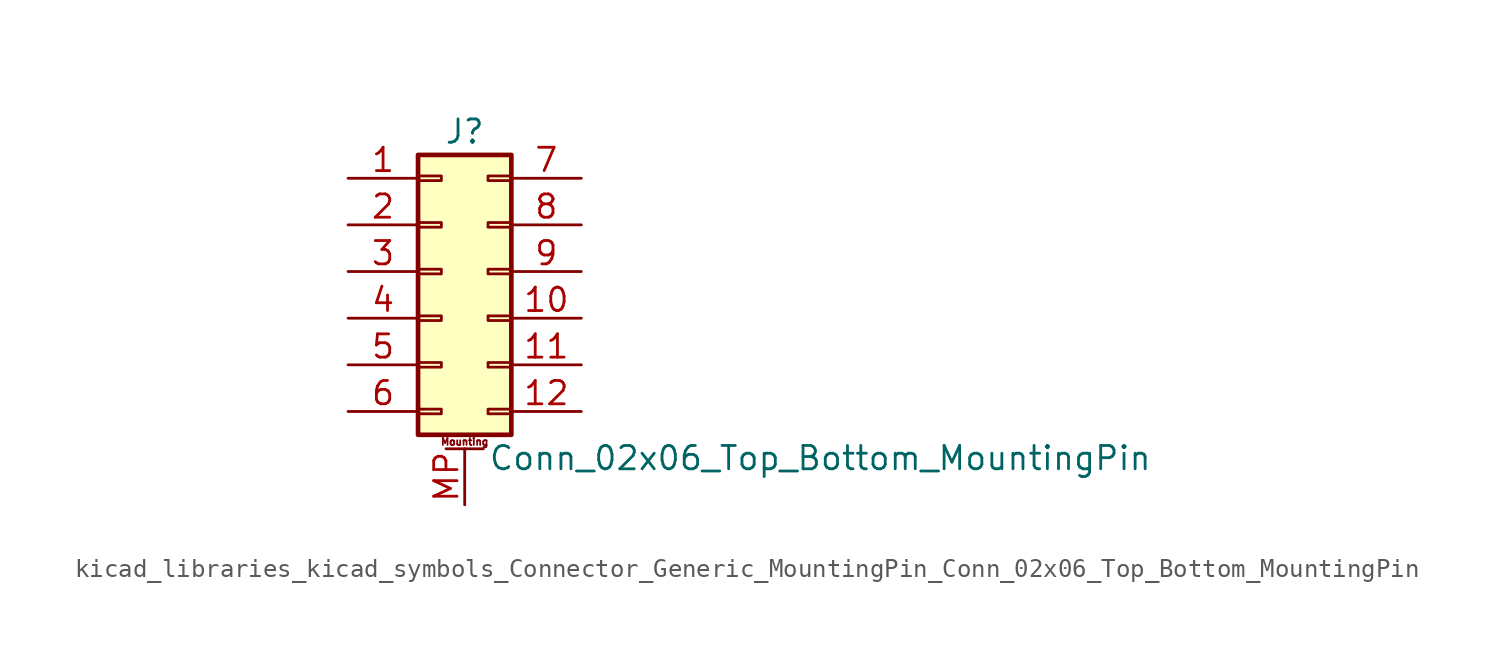
<source format=kicad_sym>
(kicad_symbol_lib
  (version 20220914)
  (generator kicad_symbol_editor)
  (symbol "kicad_libraries_kicad_symbols_Connector_Generic_MountingPin_Conn_02x06_Top_Bottom_MountingPin"
    (pin_names
      (offset 1.016) hide)
    (property "Reference" "J"
      (at 1.27 7.62 0)
      (effects (font (size 1.27 1.27))))
    (property "Value" "Conn_02x06_Top_Bottom_MountingPin"
      (at 2.54 -10.16 0)
      (effects (font (size 1.27 1.27)) (justify left)))
    (symbol "kicad_libraries_kicad_symbols_Connector_Generic_MountingPin_Conn_02x06_Top_Bottom_MountingPin_1_1"
      (rectangle (start -1.27 -7.493) (end 0 -7.747) (stroke (width 0.152) (type default)) (fill (type none)))
      (rectangle (start -1.27 -4.953) (end 0 -5.207) (stroke (width 0.152) (type default)) (fill (type none)))
      (rectangle (start -1.27 -2.413) (end 0 -2.667) (stroke (width 0.152) (type default)) (fill (type none)))
      (rectangle (start -1.27 0.127) (end 0 -0.127) (stroke (width 0.152) (type default)) (fill (type none)))
      (rectangle (start -1.27 2.667) (end 0 2.413) (stroke (width 0.152) (type default)) (fill (type none)))
      (rectangle (start -1.27 5.207) (end 0 4.953) (stroke (width 0.152) (type default)) (fill (type none)))
      (rectangle (start -1.27 6.35) (end 3.81 -8.89) (stroke (width 0.254) (type default)) (fill (type background)))
      (polyline (pts (xy 0.254 -9.652) (xy 2.286 -9.652)) (stroke (width 0.152) (type default)) (fill (type none)))
      (rectangle (start 3.81 -7.493) (end 2.54 -7.747) (stroke (width 0.152) (type default)) (fill (type none)))
      (rectangle (start 3.81 -4.953) (end 2.54 -5.207) (stroke (width 0.152) (type default)) (fill (type none)))
      (rectangle (start 3.81 -2.413) (end 2.54 -2.667) (stroke (width 0.152) (type default)) (fill (type none)))
      (rectangle (start 3.81 0.127) (end 2.54 -0.127) (stroke (width 0.152) (type default)) (fill (type none)))
      (rectangle (start 3.81 2.667) (end 2.54 2.413) (stroke (width 0.152) (type default)) (fill (type none)))
      (rectangle (start 3.81 5.207) (end 2.54 4.953) (stroke (width 0.152) (type default)) (fill (type none)))
      (text "Mounting" (at 1.27 -9.271 0) (effects (font (size 0.381 0.381))))
      (pin passive line (at -5.08 5.08 0) (length 3.81) (name "Pin_1" (effects (font (size 1.27 1.27)))) (number "1" (effects (font (size 1.27 1.27)))))
      (pin passive line (at 7.62 -2.54 180) (length 3.81) (name "Pin_10" (effects (font (size 1.27 1.27)))) (number "10" (effects (font (size 1.27 1.27)))))
      (pin passive line (at 7.62 -5.08 180) (length 3.81) (name "Pin_11" (effects (font (size 1.27 1.27)))) (number "11" (effects (font (size 1.27 1.27)))))
      (pin passive line (at 7.62 -7.62 180) (length 3.81) (name "Pin_12" (effects (font (size 1.27 1.27)))) (number "12" (effects (font (size 1.27 1.27)))))
      (pin passive line (at -5.08 2.54 0) (length 3.81) (name "Pin_2" (effects (font (size 1.27 1.27)))) (number "2" (effects (font (size 1.27 1.27)))))
      (pin passive line (at -5.08 0 0) (length 3.81) (name "Pin_3" (effects (font (size 1.27 1.27)))) (number "3" (effects (font (size 1.27 1.27)))))
      (pin passive line (at -5.08 -2.54 0) (length 3.81) (name "Pin_4" (effects (font (size 1.27 1.27)))) (number "4" (effects (font (size 1.27 1.27)))))
      (pin passive line (at -5.08 -5.08 0) (length 3.81) (name "Pin_5" (effects (font (size 1.27 1.27)))) (number "5" (effects (font (size 1.27 1.27)))))
      (pin passive line (at -5.08 -7.62 0) (length 3.81) (name "Pin_6" (effects (font (size 1.27 1.27)))) (number "6" (effects (font (size 1.27 1.27)))))
      (pin passive line (at 7.62 5.08 180) (length 3.81) (name "Pin_7" (effects (font (size 1.27 1.27)))) (number "7" (effects (font (size 1.27 1.27)))))
      (pin passive line (at 7.62 2.54 180) (length 3.81) (name "Pin_8" (effects (font (size 1.27 1.27)))) (number "8" (effects (font (size 1.27 1.27)))))
      (pin passive line (at 7.62 0 180) (length 3.81) (name "Pin_9" (effects (font (size 1.27 1.27)))) (number "9" (effects (font (size 1.27 1.27)))))
      (pin passive line (at 1.27 -12.7 90) (length 3.048) (name "MountPin" (effects (font (size 1.27 1.27)))) (number "MP" (effects (font (size 1.27 1.27))))))))
</source>
